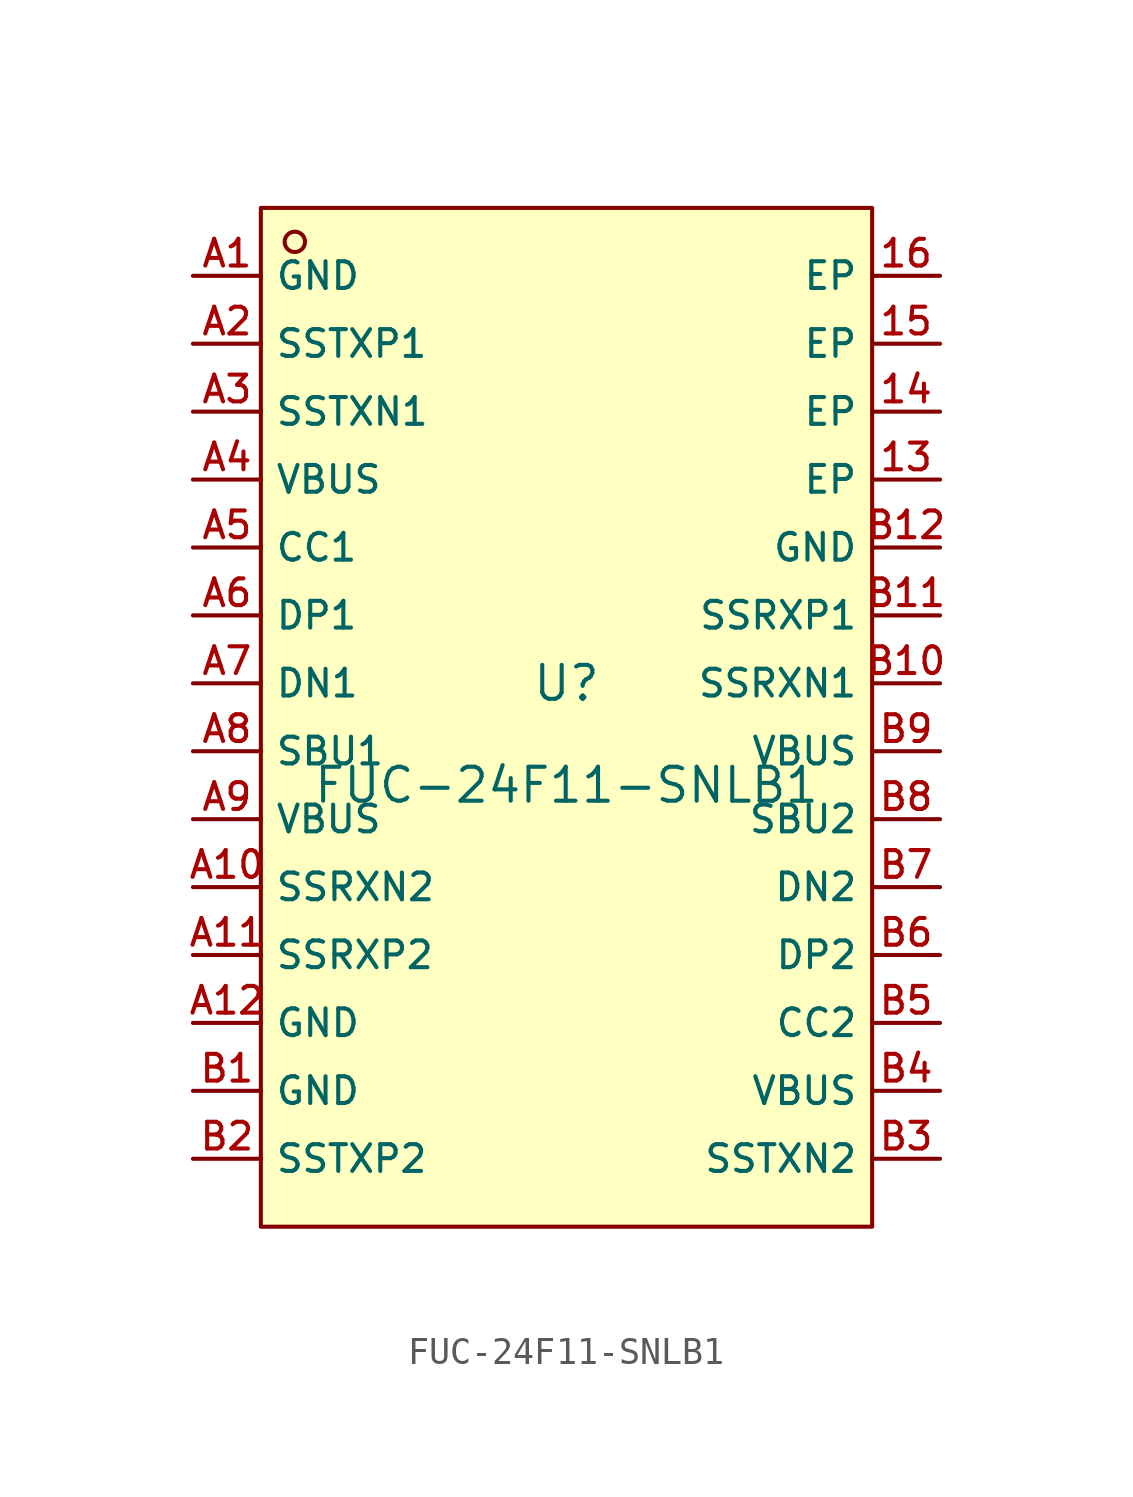
<source format=kicad_sym>
(kicad_symbol_lib
  (version 20210201)
  (generator TousstNicolas/JLC2KiCad_lib)
  (symbol "FUC-24F11-SNLB1"
    (property "Reference" "U"
      (at 0 1.27 0)
      (effects (font (size 1.27 1.27))))
    (property "Value" "FUC-24F11-SNLB1"
      (at 0 -2.54 0)
      (effects (font (size 1.27 1.27))))
    (symbol "FUC-24F11-SNLB1_0_1"
      (rectangle (start -11.43 19.05) (end 11.43 -19.05) (stroke (width 0) (type default) (color 0 0 0 0)) (fill (type background)))
      (circle (center -10.16 17.78) (radius 0.381) (stroke (width 0) (type default) (color 0 0 0 0)) (fill (type background)))
      (pin unspecified line (at -13.97 16.51 0) (length 2.54) (name "GND" (effects (font (size 1 1)))) (number "A1" (effects (font (size 1 1)))))
      (pin unspecified line (at -13.97 13.97 0) (length 2.54) (name "SSTXP1" (effects (font (size 1 1)))) (number "A2" (effects (font (size 1 1)))))
      (pin unspecified line (at -13.97 11.43 0) (length 2.54) (name "SSTXN1" (effects (font (size 1 1)))) (number "A3" (effects (font (size 1 1)))))
      (pin unspecified line (at -13.97 8.89 0) (length 2.54) (name "VBUS" (effects (font (size 1 1)))) (number "A4" (effects (font (size 1 1)))))
      (pin unspecified line (at -13.97 6.35 0) (length 2.54) (name "CC1" (effects (font (size 1 1)))) (number "A5" (effects (font (size 1 1)))))
      (pin unspecified line (at -13.97 3.81 0) (length 2.54) (name "DP1" (effects (font (size 1 1)))) (number "A6" (effects (font (size 1 1)))))
      (pin unspecified line (at -13.97 1.27 0) (length 2.54) (name "DN1" (effects (font (size 1 1)))) (number "A7" (effects (font (size 1 1)))))
      (pin unspecified line (at -13.97 -1.27 0) (length 2.54) (name "SBU1" (effects (font (size 1 1)))) (number "A8" (effects (font (size 1 1)))))
      (pin unspecified line (at -13.97 -3.81 0) (length 2.54) (name "VBUS" (effects (font (size 1 1)))) (number "A9" (effects (font (size 1 1)))))
      (pin unspecified line (at -13.97 -6.35 0) (length 2.54) (name "SSRXN2" (effects (font (size 1 1)))) (number "A10" (effects (font (size 1 1)))))
      (pin unspecified line (at -13.97 -8.89 0) (length 2.54) (name "SSRXP2" (effects (font (size 1 1)))) (number "A11" (effects (font (size 1 1)))))
      (pin unspecified line (at -13.97 -11.43 0) (length 2.54) (name "GND" (effects (font (size 1 1)))) (number "A12" (effects (font (size 1 1)))))
      (pin unspecified line (at -13.97 -13.97 0) (length 2.54) (name "GND" (effects (font (size 1 1)))) (number "B1" (effects (font (size 1 1)))))
      (pin unspecified line (at -13.97 -16.51 0) (length 2.54) (name "SSTXP2" (effects (font (size 1 1)))) (number "B2" (effects (font (size 1 1)))))
      (pin unspecified line (at 13.97 -16.51 180) (length 2.54) (name "SSTXN2" (effects (font (size 1 1)))) (number "B3" (effects (font (size 1 1)))))
      (pin unspecified line (at 13.97 -13.97 180) (length 2.54) (name "VBUS" (effects (font (size 1 1)))) (number "B4" (effects (font (size 1 1)))))
      (pin unspecified line (at 13.97 -11.43 180) (length 2.54) (name "CC2" (effects (font (size 1 1)))) (number "B5" (effects (font (size 1 1)))))
      (pin unspecified line (at 13.97 -8.89 180) (length 2.54) (name "DP2" (effects (font (size 1 1)))) (number "B6" (effects (font (size 1 1)))))
      (pin unspecified line (at 13.97 -6.35 180) (length 2.54) (name "DN2" (effects (font (size 1 1)))) (number "B7" (effects (font (size 1 1)))))
      (pin unspecified line (at 13.97 -3.81 180) (length 2.54) (name "SBU2" (effects (font (size 1 1)))) (number "B8" (effects (font (size 1 1)))))
      (pin unspecified line (at 13.97 -1.27 180) (length 2.54) (name "VBUS" (effects (font (size 1 1)))) (number "B9" (effects (font (size 1 1)))))
      (pin unspecified line (at 13.97 1.27 180) (length 2.54) (name "SSRXN1" (effects (font (size 1 1)))) (number "B10" (effects (font (size 1 1)))))
      (pin unspecified line (at 13.97 3.81 180) (length 2.54) (name "SSRXP1" (effects (font (size 1 1)))) (number "B11" (effects (font (size 1 1)))))
      (pin unspecified line (at 13.97 6.35 180) (length 2.54) (name "GND" (effects (font (size 1 1)))) (number "B12" (effects (font (size 1 1)))))
      (pin unspecified line (at 13.97 8.89 180) (length 2.54) (name "EP" (effects (font (size 1 1)))) (number "13" (effects (font (size 1 1)))))
      (pin unspecified line (at 13.97 11.43 180) (length 2.54) (name "EP" (effects (font (size 1 1)))) (number "14" (effects (font (size 1 1)))))
      (pin unspecified line (at 13.97 13.97 180) (length 2.54) (name "EP" (effects (font (size 1 1)))) (number "15" (effects (font (size 1 1)))))
      (pin unspecified line (at 13.97 16.51 180) (length 2.54) (name "EP" (effects (font (size 1 1)))) (number "16" (effects (font (size 1 1))))))))
</source>
